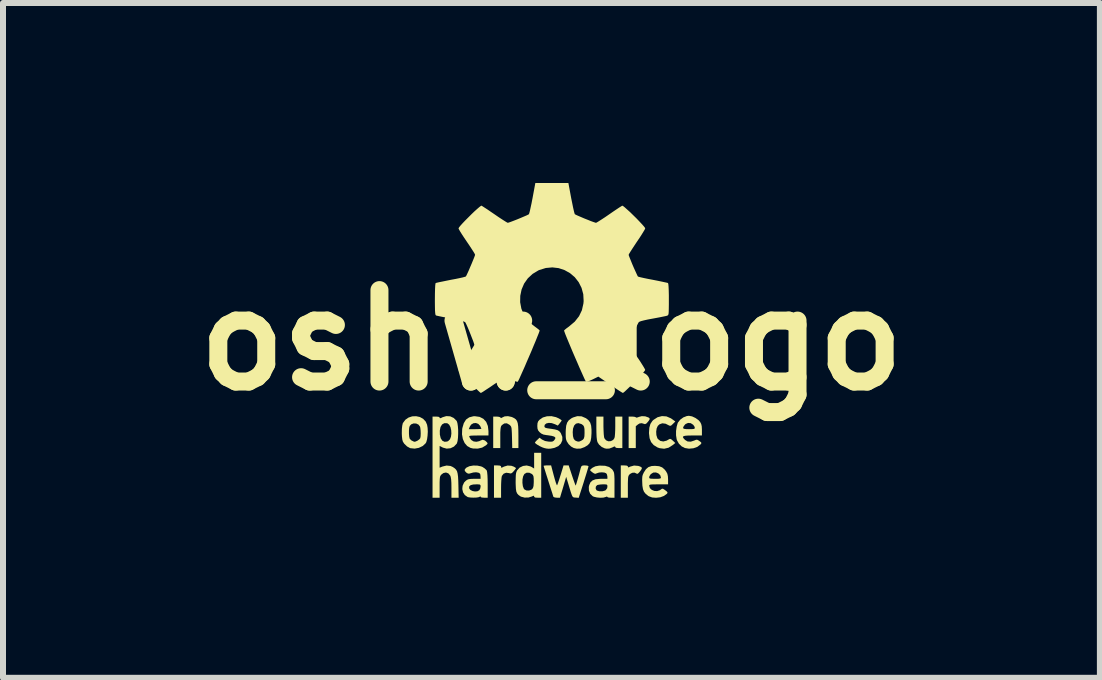
<source format=kicad_pcb>
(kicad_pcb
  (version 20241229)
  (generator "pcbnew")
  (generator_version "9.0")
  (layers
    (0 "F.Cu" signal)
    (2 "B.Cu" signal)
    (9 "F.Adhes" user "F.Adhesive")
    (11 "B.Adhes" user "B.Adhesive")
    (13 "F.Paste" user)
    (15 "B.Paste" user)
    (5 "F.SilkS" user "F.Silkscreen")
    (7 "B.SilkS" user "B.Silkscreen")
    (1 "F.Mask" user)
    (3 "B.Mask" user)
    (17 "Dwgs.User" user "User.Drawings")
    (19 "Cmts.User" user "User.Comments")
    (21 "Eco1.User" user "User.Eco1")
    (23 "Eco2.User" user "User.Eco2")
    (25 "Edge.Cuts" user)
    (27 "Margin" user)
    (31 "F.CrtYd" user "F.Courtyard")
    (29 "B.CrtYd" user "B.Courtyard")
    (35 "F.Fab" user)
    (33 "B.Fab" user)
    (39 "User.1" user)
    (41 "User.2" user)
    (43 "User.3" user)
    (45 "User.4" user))
  (footprint "oshw_logo"
    (layer "F.Cu")
    (at 6.14 2.619)
    (property "Reference" "oshw_logo" (at 0 0 0) (layer "F.SilkS") (effects (font (size 1.524 1.524) (thickness 0.3))))
    (attr board_only exclude_from_pos_files exclude_from_bom)
    (fp_poly (pts (xy 1.563 1.269) (xy 1.614 1.287) (xy 1.623 1.292) (xy 1.636 1.305) (xy 1.636 1.318) (xy 1.623 1.34) (xy 1.609 1.358) (xy 1.581 1.389) (xy 1.559 1.399) (xy 1.551 1.397) (xy 1.504 1.383) (xy 1.467 1.388) (xy 1.44 1.405) (xy 1.405 1.433) (xy 1.405 1.798) (xy 1.286 1.798) (xy 1.286 1.273) (xy 1.344 1.273) (xy 1.38 1.276) (xy 1.403 1.283) (xy 1.407 1.287) (xy 1.421 1.291) (xy 1.452 1.281) (xy 1.454 1.279) (xy 1.506 1.266)) (stroke (width 0) (type solid)) (fill yes) (layer "F.SilkS"))
    (fp_poly (pts (xy 1.253 2.09) (xy 1.271 2.098) (xy 1.273 2.107) (xy 1.276 2.119) (xy 1.288 2.118) (xy 1.312 2.107) (xy 1.376 2.089) (xy 1.446 2.095) (xy 1.468 2.102) (xy 1.497 2.115) (xy 1.507 2.133) (xy 1.496 2.158) (xy 1.471 2.192) (xy 1.445 2.22) (xy 1.428 2.228) (xy 1.416 2.222) (xy 1.384 2.207) (xy 1.345 2.21) (xy 1.308 2.23) (xy 1.302 2.236) (xy 1.29 2.25) (xy 1.282 2.266) (xy 1.277 2.291) (xy 1.275 2.327) (xy 1.273 2.381) (xy 1.273 2.446) (xy 1.273 2.625) (xy 1.155 2.625) (xy 1.155 2.087) (xy 1.214 2.087)) (stroke (width 0) (type solid)) (fill yes) (layer "F.SilkS"))
    (fp_poly (pts (xy -0.86 2.09) (xy -0.843 2.098) (xy -0.84 2.107) (xy -0.839 2.122) (xy -0.83 2.125) (xy -0.808 2.115) (xy -0.792 2.107) (xy -0.732 2.089) (xy -0.668 2.093) (xy -0.629 2.107) (xy -0.603 2.122) (xy -0.591 2.132) (xy -0.591 2.133) (xy -0.599 2.145) (xy -0.618 2.17) (xy -0.63 2.184) (xy -0.656 2.211) (xy -0.676 2.221) (xy -0.698 2.218) (xy -0.708 2.215) (xy -0.755 2.209) (xy -0.797 2.225) (xy -0.825 2.26) (xy -0.827 2.265) (xy -0.832 2.291) (xy -0.836 2.337) (xy -0.839 2.396) (xy -0.84 2.462) (xy -0.84 2.625) (xy -0.958 2.625) (xy -0.958 2.087) (xy -0.899 2.087)) (stroke (width 0) (type solid)) (fill yes) (layer "F.SilkS"))
    (fp_poly (pts (xy 0.866 1.437) (xy 0.868 1.506) (xy 0.871 1.567) (xy 0.876 1.611) (xy 0.881 1.633) (xy 0.909 1.668) (xy 0.948 1.685) (xy 0.99 1.682) (xy 1.028 1.662) (xy 1.049 1.632) (xy 1.055 1.606) (xy 1.059 1.56) (xy 1.062 1.5) (xy 1.063 1.437) (xy 1.063 1.273) (xy 1.181 1.273) (xy 1.181 1.798) (xy 1.122 1.798) (xy 1.082 1.795) (xy 1.065 1.786) (xy 1.063 1.78) (xy 1.058 1.771) (xy 1.041 1.774) (xy 1.015 1.787) (xy 0.964 1.806) (xy 0.916 1.808) (xy 0.886 1.802) (xy 0.837 1.779) (xy 0.792 1.739) (xy 0.766 1.698) (xy 0.758 1.665) (xy 0.752 1.613) (xy 0.749 1.538) (xy 0.748 1.464) (xy 0.748 1.273) (xy 0.866 1.273)) (stroke (width 0) (type solid)) (fill yes) (layer "F.SilkS"))
    (fp_poly (pts (xy -0.665 1.279) (xy -0.652 1.284) (xy -0.618 1.301) (xy -0.592 1.321) (xy -0.574 1.348) (xy -0.562 1.384) (xy -0.555 1.436) (xy -0.552 1.505) (xy -0.551 1.594) (xy -0.551 1.798) (xy -0.654 1.798) (xy -0.658 1.62) (xy -0.66 1.548) (xy -0.663 1.498) (xy -0.666 1.465) (xy -0.672 1.443) (xy -0.681 1.428) (xy -0.695 1.414) (xy -0.701 1.409) (xy -0.744 1.385) (xy -0.787 1.388) (xy -0.827 1.416) (xy -0.83 1.42) (xy -0.84 1.435) (xy -0.846 1.457) (xy -0.85 1.49) (xy -0.853 1.539) (xy -0.853 1.609) (xy -0.853 1.623) (xy -0.853 1.798) (xy -0.971 1.798) (xy -0.971 1.273) (xy -0.913 1.273) (xy -0.874 1.277) (xy -0.852 1.286) (xy -0.85 1.29) (xy -0.841 1.299) (xy -0.826 1.291) (xy -0.781 1.27) (xy -0.725 1.266)) (stroke (width 0) (type solid)) (fill yes) (layer "F.SilkS"))
    (fp_poly (pts (xy 1.916 1.27) (xy 1.99 1.302) (xy 2.009 1.315) (xy 2.064 1.355) (xy 2.023 1.396) (xy 1.996 1.421) (xy 1.977 1.428) (xy 1.96 1.421) (xy 1.959 1.421) (xy 1.902 1.392) (xy 1.847 1.385) (xy 1.8 1.402) (xy 1.772 1.428) (xy 1.753 1.469) (xy 1.745 1.524) (xy 1.748 1.581) (xy 1.763 1.629) (xy 1.772 1.645) (xy 1.813 1.678) (xy 1.863 1.688) (xy 1.919 1.674) (xy 1.959 1.651) (xy 1.976 1.644) (xy 1.995 1.651) (xy 2.022 1.674) (xy 2.063 1.713) (xy 2.019 1.749) (xy 1.951 1.792) (xy 1.878 1.809) (xy 1.803 1.8) (xy 1.766 1.787) (xy 1.703 1.748) (xy 1.66 1.698) (xy 1.635 1.634) (xy 1.625 1.551) (xy 1.625 1.54) (xy 1.631 1.458) (xy 1.649 1.395) (xy 1.682 1.345) (xy 1.7 1.328) (xy 1.768 1.284) (xy 1.841 1.265)) (stroke (width 0) (type solid)) (fill yes) (layer "F.SilkS"))
    (fp_poly (pts (xy -2.194 1.28) (xy -2.139 1.31) (xy -2.096 1.356) (xy -2.073 1.409) (xy -2.064 1.462) (xy -2.061 1.525) (xy -2.065 1.591) (xy -2.073 1.651) (xy -2.086 1.698) (xy -2.096 1.717) (xy -2.145 1.763) (xy -2.21 1.794) (xy -2.28 1.807) (xy -2.349 1.8) (xy -2.355 1.799) (xy -2.406 1.771) (xy -2.453 1.726) (xy -2.476 1.691) (xy -2.486 1.656) (xy -2.492 1.603) (xy -2.494 1.56) (xy -2.375 1.56) (xy -2.371 1.608) (xy -2.363 1.641) (xy -2.362 1.642) (xy -2.336 1.669) (xy -2.299 1.688) (xy -2.28 1.693) (xy -2.262 1.688) (xy -2.233 1.675) (xy -2.232 1.674) (xy -2.204 1.654) (xy -2.187 1.634) (xy -2.181 1.602) (xy -2.179 1.555) (xy -2.181 1.504) (xy -2.186 1.46) (xy -2.191 1.44) (xy -2.216 1.407) (xy -2.254 1.389) (xy -2.297 1.387) (xy -2.337 1.402) (xy -2.362 1.429) (xy -2.371 1.46) (xy -2.375 1.507) (xy -2.375 1.56) (xy -2.494 1.56) (xy -2.494 1.542) (xy -2.493 1.479) (xy -2.487 1.425) (xy -2.478 1.386) (xy -2.476 1.381) (xy -2.435 1.326) (xy -2.381 1.289) (xy -2.32 1.269) (xy -2.255 1.267)) (stroke (width 0) (type solid)) (fill yes) (layer "F.SilkS"))
    (fp_poly (pts (xy -0.171 2.625) (xy -0.23 2.625) (xy -0.268 2.623) (xy -0.286 2.614) (xy -0.289 2.605) (xy -0.291 2.593) (xy -0.304 2.594) (xy -0.328 2.605) (xy -0.384 2.622) (xy -0.448 2.623) (xy -0.506 2.608) (xy -0.521 2.6) (xy -0.551 2.578) (xy -0.572 2.554) (xy -0.586 2.522) (xy -0.593 2.476) (xy -0.596 2.413) (xy -0.597 2.378) (xy -0.484 2.378) (xy -0.477 2.433) (xy -0.461 2.475) (xy -0.451 2.487) (xy -0.418 2.504) (xy -0.375 2.506) (xy -0.336 2.492) (xy -0.32 2.48) (xy -0.307 2.458) (xy -0.299 2.429) (xy -0.296 2.383) (xy -0.295 2.354) (xy -0.296 2.302) (xy -0.3 2.269) (xy -0.309 2.248) (xy -0.324 2.232) (xy -0.326 2.23) (xy -0.369 2.209) (xy -0.413 2.208) (xy -0.449 2.228) (xy -0.452 2.231) (xy -0.472 2.268) (xy -0.483 2.32) (xy -0.484 2.378) (xy -0.597 2.378) (xy -0.597 2.363) (xy -0.596 2.294) (xy -0.594 2.245) (xy -0.589 2.211) (xy -0.58 2.185) (xy -0.572 2.169) (xy -0.53 2.123) (xy -0.474 2.096) (xy -0.413 2.088) (xy -0.352 2.103) (xy -0.331 2.113) (xy -0.289 2.139) (xy -0.289 1.877) (xy -0.171 1.877)) (stroke (width 0) (type solid)) (fill yes) (layer "F.SilkS"))
    (fp_poly (pts (xy 0.502 1.269) (xy 0.572 1.299) (xy 0.58 1.304) (xy 0.619 1.336) (xy 0.646 1.375) (xy 0.661 1.425) (xy 0.667 1.492) (xy 0.667 1.551) (xy 0.662 1.626) (xy 0.652 1.681) (xy 0.632 1.721) (xy 0.601 1.752) (xy 0.556 1.779) (xy 0.551 1.782) (xy 0.486 1.806) (xy 0.421 1.808) (xy 0.372 1.797) (xy 0.328 1.773) (xy 0.286 1.733) (xy 0.254 1.684) (xy 0.242 1.648) (xy 0.238 1.612) (xy 0.237 1.561) (xy 0.237 1.533) (xy 0.354 1.533) (xy 0.358 1.598) (xy 0.37 1.642) (xy 0.391 1.669) (xy 0.411 1.68) (xy 0.441 1.69) (xy 0.464 1.689) (xy 0.493 1.677) (xy 0.498 1.674) (xy 0.525 1.657) (xy 0.541 1.635) (xy 0.549 1.601) (xy 0.551 1.55) (xy 0.551 1.536) (xy 0.55 1.48) (xy 0.543 1.443) (xy 0.529 1.419) (xy 0.505 1.401) (xy 0.497 1.397) (xy 0.448 1.382) (xy 0.408 1.391) (xy 0.378 1.422) (xy 0.359 1.474) (xy 0.354 1.533) (xy 0.237 1.533) (xy 0.238 1.504) (xy 0.238 1.498) (xy 0.245 1.426) (xy 0.261 1.374) (xy 0.288 1.335) (xy 0.332 1.302) (xy 0.359 1.288) (xy 0.43 1.266)) (stroke (width 0) (type solid)) (fill yes) (layer "F.SilkS"))
    (fp_poly (pts (xy -1.198 1.278) (xy -1.135 1.31) (xy -1.088 1.361) (xy -1.06 1.43) (xy -1.05 1.514) (xy -1.05 1.588) (xy -1.214 1.588) (xy -1.282 1.589) (xy -1.327 1.59) (xy -1.355 1.593) (xy -1.368 1.597) (xy -1.371 1.605) (xy -1.369 1.611) (xy -1.355 1.638) (xy -1.335 1.664) (xy -1.298 1.687) (xy -1.251 1.693) (xy -1.204 1.683) (xy -1.184 1.673) (xy -1.146 1.659) (xy -1.108 1.672) (xy -1.082 1.695) (xy -1.066 1.714) (xy -1.067 1.728) (xy -1.086 1.747) (xy -1.093 1.753) (xy -1.155 1.79) (xy -1.228 1.807) (xy -1.307 1.805) (xy -1.349 1.795) (xy -1.404 1.764) (xy -1.447 1.714) (xy -1.477 1.647) (xy -1.491 1.569) (xy -1.488 1.484) (xy -1.488 1.483) (xy -1.378 1.483) (xy -1.273 1.483) (xy -1.225 1.482) (xy -1.188 1.48) (xy -1.169 1.477) (xy -1.168 1.476) (xy -1.174 1.461) (xy -1.187 1.433) (xy -1.188 1.43) (xy -1.219 1.395) (xy -1.259 1.38) (xy -1.301 1.384) (xy -1.339 1.407) (xy -1.361 1.441) (xy -1.378 1.483) (xy -1.488 1.483) (xy -1.485 1.464) (xy -1.461 1.383) (xy -1.424 1.323) (xy -1.371 1.286) (xy -1.303 1.268) (xy -1.276 1.267)) (stroke (width 0) (type solid)) (fill yes) (layer "F.SilkS"))
    (fp_poly (pts (xy 2.343 1.27) (xy 2.399 1.296) (xy 2.45 1.332) (xy 2.478 1.364) (xy 2.495 1.397) (xy 2.504 1.434) (xy 2.507 1.487) (xy 2.507 1.498) (xy 2.507 1.588) (xy 2.35 1.588) (xy 2.276 1.589) (xy 2.226 1.593) (xy 2.198 1.601) (xy 2.19 1.614) (xy 2.199 1.633) (xy 2.224 1.66) (xy 2.224 1.661) (xy 2.268 1.688) (xy 2.322 1.691) (xy 2.38 1.672) (xy 2.411 1.659) (xy 2.432 1.66) (xy 2.458 1.675) (xy 2.466 1.681) (xy 2.492 1.701) (xy 2.499 1.715) (xy 2.489 1.731) (xy 2.484 1.737) (xy 2.432 1.777) (xy 2.366 1.801) (xy 2.291 1.808) (xy 2.223 1.797) (xy 2.17 1.77) (xy 2.124 1.725) (xy 2.092 1.669) (xy 2.086 1.65) (xy 2.076 1.586) (xy 2.076 1.513) (xy 2.083 1.465) (xy 2.193 1.465) (xy 2.208 1.477) (xy 2.245 1.482) (xy 2.291 1.483) (xy 2.342 1.482) (xy 2.372 1.479) (xy 2.386 1.472) (xy 2.389 1.461) (xy 2.381 1.436) (xy 2.361 1.409) (xy 2.321 1.383) (xy 2.276 1.379) (xy 2.235 1.397) (xy 2.219 1.413) (xy 2.197 1.445) (xy 2.193 1.465) (xy 2.083 1.465) (xy 2.086 1.442) (xy 2.103 1.382) (xy 2.108 1.372) (xy 2.145 1.325) (xy 2.197 1.287) (xy 2.256 1.264) (xy 2.29 1.26)) (stroke (width 0) (type solid)) (fill yes) (layer "F.SilkS"))
    (fp_poly (pts (xy 1.794 2.1) (xy 1.845 2.12) (xy 1.889 2.159) (xy 1.913 2.192) (xy 1.931 2.226) (xy 1.94 2.267) (xy 1.943 2.319) (xy 1.943 2.402) (xy 1.785 2.402) (xy 1.718 2.403) (xy 1.674 2.404) (xy 1.646 2.407) (xy 1.633 2.413) (xy 1.628 2.421) (xy 1.628 2.425) (xy 1.64 2.465) (xy 1.671 2.494) (xy 1.713 2.512) (xy 1.76 2.515) (xy 1.805 2.501) (xy 1.826 2.486) (xy 1.842 2.475) (xy 1.859 2.476) (xy 1.884 2.492) (xy 1.896 2.501) (xy 1.925 2.524) (xy 1.934 2.539) (xy 1.929 2.553) (xy 1.922 2.561) (xy 1.875 2.595) (xy 1.813 2.618) (xy 1.744 2.626) (xy 1.677 2.621) (xy 1.621 2.6) (xy 1.614 2.596) (xy 1.571 2.562) (xy 1.542 2.526) (xy 1.525 2.483) (xy 1.515 2.424) (xy 1.513 2.379) (xy 1.511 2.32) (xy 1.513 2.287) (xy 1.628 2.287) (xy 1.631 2.299) (xy 1.644 2.306) (xy 1.673 2.309) (xy 1.723 2.31) (xy 1.726 2.31) (xy 1.777 2.31) (xy 1.807 2.306) (xy 1.821 2.3) (xy 1.824 2.288) (xy 1.824 2.287) (xy 1.812 2.249) (xy 1.781 2.22) (xy 1.741 2.204) (xy 1.698 2.206) (xy 1.695 2.207) (xy 1.655 2.232) (xy 1.632 2.267) (xy 1.628 2.287) (xy 1.513 2.287) (xy 1.513 2.278) (xy 1.52 2.246) (xy 1.534 2.215) (xy 1.538 2.206) (xy 1.575 2.149) (xy 1.616 2.115) (xy 1.67 2.097) (xy 1.726 2.094)) (stroke (width 0) (type solid)) (fill yes) (layer "F.SilkS"))
    (fp_poly (pts (xy 0.076 1.283) (xy 0.121 1.303) (xy 0.151 1.321) (xy 0.169 1.335) (xy 0.17 1.338) (xy 0.162 1.352) (xy 0.143 1.377) (xy 0.138 1.384) (xy 0.106 1.423) (xy 0.059 1.401) (xy 0.005 1.382) (xy -0.044 1.378) (xy -0.085 1.387) (xy -0.111 1.408) (xy -0.118 1.432) (xy -0.115 1.448) (xy -0.102 1.459) (xy -0.075 1.467) (xy -0.029 1.474) (xy -0.005 1.477) (xy 0.057 1.487) (xy 0.1 1.499) (xy 0.129 1.516) (xy 0.151 1.542) (xy 0.157 1.552) (xy 0.181 1.612) (xy 0.18 1.67) (xy 0.157 1.722) (xy 0.115 1.765) (xy 0.054 1.793) (xy 0.038 1.797) (xy -0.012 1.807) (xy -0.049 1.809) (xy -0.087 1.805) (xy -0.121 1.797) (xy -0.155 1.785) (xy -0.195 1.766) (xy -0.233 1.744) (xy -0.262 1.724) (xy -0.276 1.708) (xy -0.276 1.707) (xy -0.267 1.693) (xy -0.246 1.67) (xy -0.237 1.662) (xy -0.199 1.625) (xy -0.159 1.655) (xy -0.107 1.68) (xy -0.05 1.69) (xy -0.006 1.692) (xy 0.022 1.687) (xy 0.042 1.672) (xy 0.044 1.669) (xy 0.063 1.642) (xy 0.064 1.622) (xy 0.044 1.606) (xy 0.003 1.594) (xy -0.063 1.584) (xy -0.082 1.582) (xy -0.133 1.573) (xy -0.168 1.557) (xy -0.197 1.534) (xy -0.222 1.504) (xy -0.233 1.473) (xy -0.236 1.429) (xy -0.236 1.429) (xy -0.233 1.384) (xy -0.222 1.353) (xy -0.199 1.326) (xy -0.144 1.288) (xy -0.075 1.268) (xy 0.000457 1.266)) (stroke (width 0) (type solid)) (fill yes) (layer "F.SilkS"))
    (fp_poly (pts (xy 0.039 2.258) (xy 0.056 2.319) (xy 0.071 2.369) (xy 0.084 2.404) (xy 0.092 2.419) (xy 0.093 2.419) (xy 0.1 2.403) (xy 0.113 2.367) (xy 0.13 2.317) (xy 0.149 2.256) (xy 0.152 2.248) (xy 0.201 2.087) (xy 0.287 2.087) (xy 0.343 2.257) (xy 0.364 2.319) (xy 0.382 2.37) (xy 0.395 2.405) (xy 0.403 2.422) (xy 0.404 2.423) (xy 0.409 2.409) (xy 0.42 2.374) (xy 0.437 2.316) (xy 0.46 2.234) (xy 0.486 2.136) (xy 0.496 2.106) (xy 0.51 2.092) (xy 0.537 2.087) (xy 0.558 2.087) (xy 0.595 2.09) (xy 0.615 2.098) (xy 0.617 2.102) (xy 0.613 2.118) (xy 0.602 2.156) (xy 0.586 2.21) (xy 0.565 2.277) (xy 0.541 2.354) (xy 0.536 2.371) (xy 0.454 2.627) (xy 0.402 2.623) (xy 0.383 2.622) (xy 0.368 2.619) (xy 0.357 2.612) (xy 0.346 2.597) (xy 0.335 2.57) (xy 0.321 2.529) (xy 0.303 2.469) (xy 0.281 2.396) (xy 0.245 2.277) (xy 0.22 2.363) (xy 0.202 2.424) (xy 0.182 2.492) (xy 0.168 2.537) (xy 0.142 2.625) (xy 0.09 2.625) (xy 0.055 2.621) (xy 0.034 2.612) (xy 0.032 2.609) (xy 0.025 2.589) (xy 0.013 2.549) (xy -0.005 2.495) (xy -0.025 2.432) (xy -0.047 2.363) (xy -0.069 2.293) (xy -0.09 2.228) (xy -0.108 2.17) (xy -0.122 2.126) (xy -0.13 2.099) (xy -0.131 2.093) (xy -0.119 2.09) (xy -0.09 2.087) (xy -0.069 2.087) (xy -0.006 2.087)) (stroke (width 0) (type solid)) (fill yes) (layer "F.SilkS"))
    (fp_poly (pts (xy -1.237 2.09) (xy -1.174 2.103) (xy -1.151 2.112) (xy -1.114 2.136) (xy -1.085 2.163) (xy -1.078 2.173) (xy -1.072 2.201) (xy -1.067 2.253) (xy -1.064 2.324) (xy -1.063 2.413) (xy -1.063 2.416) (xy -1.063 2.625) (xy -1.122 2.625) (xy -1.162 2.622) (xy -1.181 2.613) (xy -1.181 2.61) (xy -1.185 2.6) (xy -1.197 2.61) (xy -1.219 2.618) (xy -1.257 2.623) (xy -1.304 2.624) (xy -1.351 2.622) (xy -1.389 2.616) (xy -1.398 2.613) (xy -1.444 2.581) (xy -1.474 2.535) (xy -1.486 2.481) (xy -1.483 2.445) (xy -1.373 2.445) (xy -1.37 2.474) (xy -1.349 2.497) (xy -1.314 2.514) (xy -1.274 2.521) (xy -1.235 2.518) (xy -1.203 2.501) (xy -1.202 2.5) (xy -1.187 2.472) (xy -1.181 2.441) (xy -1.183 2.417) (xy -1.193 2.406) (xy -1.217 2.403) (xy -1.244 2.402) (xy -1.305 2.405) (xy -1.345 2.415) (xy -1.367 2.432) (xy -1.373 2.445) (xy -1.483 2.445) (xy -1.48 2.424) (xy -1.456 2.372) (xy -1.429 2.344) (xy -1.406 2.327) (xy -1.381 2.317) (xy -1.348 2.312) (xy -1.297 2.31) (xy -1.285 2.31) (xy -1.181 2.31) (xy -1.182 2.274) (xy -1.185 2.242) (xy -1.191 2.224) (xy -1.216 2.208) (xy -1.257 2.201) (xy -1.304 2.205) (xy -1.332 2.213) (xy -1.368 2.223) (xy -1.391 2.223) (xy -1.414 2.21) (xy -1.418 2.207) (xy -1.444 2.18) (xy -1.446 2.156) (xy -1.424 2.129) (xy -1.414 2.122) (xy -1.367 2.1) (xy -1.304 2.089)) (stroke (width 0) (type solid)) (fill yes) (layer "F.SilkS"))
    (fp_poly (pts (xy 0.894 2.093) (xy 0.961 2.113) (xy 1.01 2.151) (xy 1.02 2.165) (xy 1.031 2.183) (xy 1.04 2.202) (xy 1.045 2.227) (xy 1.048 2.263) (xy 1.05 2.313) (xy 1.05 2.383) (xy 1.05 2.417) (xy 1.05 2.625) (xy 0.991 2.625) (xy 0.956 2.623) (xy 0.935 2.616) (xy 0.932 2.612) (xy 0.924 2.605) (xy 0.907 2.612) (xy 0.867 2.623) (xy 0.814 2.626) (xy 0.757 2.621) (xy 0.707 2.609) (xy 0.687 2.6) (xy 0.646 2.561) (xy 0.624 2.507) (xy 0.623 2.471) (xy 0.736 2.471) (xy 0.749 2.499) (xy 0.758 2.506) (xy 0.798 2.518) (xy 0.848 2.518) (xy 0.892 2.506) (xy 0.903 2.5) (xy 0.928 2.467) (xy 0.932 2.441) (xy 0.931 2.419) (xy 0.923 2.407) (xy 0.902 2.403) (xy 0.861 2.402) (xy 0.859 2.402) (xy 0.813 2.405) (xy 0.775 2.411) (xy 0.76 2.416) (xy 0.74 2.439) (xy 0.736 2.471) (xy 0.623 2.471) (xy 0.622 2.445) (xy 0.629 2.415) (xy 0.65 2.368) (xy 0.684 2.337) (xy 0.733 2.318) (xy 0.803 2.311) (xy 0.83 2.31) (xy 0.932 2.31) (xy 0.932 2.273) (xy 0.925 2.239) (xy 0.912 2.218) (xy 0.882 2.206) (xy 0.838 2.202) (xy 0.792 2.206) (xy 0.755 2.218) (xy 0.732 2.227) (xy 0.71 2.221) (xy 0.684 2.204) (xy 0.658 2.183) (xy 0.644 2.167) (xy 0.643 2.164) (xy 0.653 2.151) (xy 0.677 2.131) (xy 0.685 2.125) (xy 0.731 2.102) (xy 0.791 2.091) (xy 0.807 2.09)) (stroke (width 0) (type solid)) (fill yes) (layer "F.SilkS"))
    (fp_poly (pts (xy -1.688 1.269) (xy -1.629 1.296) (xy -1.582 1.343) (xy -1.579 1.347) (xy -1.568 1.38) (xy -1.56 1.431) (xy -1.555 1.494) (xy -1.555 1.562) (xy -1.558 1.626) (xy -1.565 1.681) (xy -1.576 1.719) (xy -1.579 1.724) (xy -1.625 1.773) (xy -1.683 1.801) (xy -1.747 1.807) (xy -1.81 1.79) (xy -1.815 1.787) (xy -1.864 1.762) (xy -1.864 2.125) (xy -1.818 2.106) (xy -1.748 2.089) (xy -1.683 2.096) (xy -1.645 2.113) (xy -1.614 2.134) (xy -1.591 2.156) (xy -1.574 2.184) (xy -1.564 2.222) (xy -1.557 2.274) (xy -1.553 2.345) (xy -1.551 2.418) (xy -1.547 2.625) (xy -1.667 2.625) (xy -1.667 2.461) (xy -1.668 2.379) (xy -1.672 2.32) (xy -1.679 2.28) (xy -1.686 2.259) (xy -1.718 2.22) (xy -1.758 2.205) (xy -1.8 2.214) (xy -1.832 2.237) (xy -1.845 2.252) (xy -1.854 2.267) (xy -1.859 2.288) (xy -1.862 2.321) (xy -1.864 2.369) (xy -1.864 2.438) (xy -1.864 2.448) (xy -1.864 2.625) (xy -1.982 2.625) (xy -1.982 1.506) (xy -1.861 1.506) (xy -1.86 1.574) (xy -1.846 1.634) (xy -1.819 1.675) (xy -1.782 1.693) (xy -1.738 1.689) (xy -1.72 1.68) (xy -1.692 1.652) (xy -1.675 1.609) (xy -1.668 1.556) (xy -1.671 1.5) (xy -1.683 1.449) (xy -1.705 1.408) (xy -1.735 1.385) (xy -1.739 1.384) (xy -1.786 1.383) (xy -1.823 1.404) (xy -1.849 1.446) (xy -1.861 1.506) (xy -1.982 1.506) (xy -1.982 1.273) (xy -1.923 1.273) (xy -1.883 1.276) (xy -1.865 1.286) (xy -1.864 1.292) (xy -1.859 1.301) (xy -1.841 1.297) (xy -1.815 1.284) (xy -1.752 1.265)) (stroke (width 0) (type solid)) (fill yes) (layer "F.SilkS"))
    (fp_poly (pts (xy 0.329 -2.365) (xy 0.345 -2.287) (xy 0.359 -2.217) (xy 0.372 -2.159) (xy 0.382 -2.119) (xy 0.389 -2.1) (xy 0.389 -2.1) (xy 0.406 -2.09) (xy 0.441 -2.074) (xy 0.49 -2.053) (xy 0.546 -2.029) (xy 0.604 -2.006) (xy 0.658 -1.984) (xy 0.703 -1.968) (xy 0.733 -1.958) (xy 0.742 -1.956) (xy 0.757 -1.963) (xy 0.79 -1.983) (xy 0.837 -2.013) (xy 0.895 -2.051) (xy 0.959 -2.095) (xy 0.959 -2.095) (xy 1.024 -2.14) (xy 1.082 -2.179) (xy 1.13 -2.211) (xy 1.164 -2.232) (xy 1.179 -2.242) (xy 1.194 -2.235) (xy 1.223 -2.212) (xy 1.262 -2.177) (xy 1.31 -2.134) (xy 1.361 -2.084) (xy 1.413 -2.033) (xy 1.462 -1.982) (xy 1.505 -1.936) (xy 1.538 -1.899) (xy 1.558 -1.873) (xy 1.562 -1.863) (xy 1.555 -1.846) (xy 1.535 -1.812) (xy 1.505 -1.763) (xy 1.467 -1.704) (xy 1.424 -1.641) (xy 1.381 -1.576) (xy 1.343 -1.518) (xy 1.313 -1.471) (xy 1.293 -1.438) (xy 1.286 -1.422) (xy 1.291 -1.405) (xy 1.305 -1.369) (xy 1.325 -1.32) (xy 1.348 -1.263) (xy 1.373 -1.205) (xy 1.398 -1.15) (xy 1.419 -1.104) (xy 1.434 -1.072) (xy 1.441 -1.061) (xy 1.457 -1.055) (xy 1.494 -1.046) (xy 1.548 -1.034) (xy 1.616 -1.02) (xy 1.69 -1.006) (xy 1.766 -0.991) (xy 1.834 -0.977) (xy 1.889 -0.965) (xy 1.927 -0.957) (xy 1.942 -0.952) (xy 1.947 -0.936) (xy 1.951 -0.895) (xy 1.954 -0.831) (xy 1.956 -0.747) (xy 1.956 -0.681) (xy 1.956 -0.592) (xy 1.955 -0.526) (xy 1.954 -0.479) (xy 1.952 -0.447) (xy 1.948 -0.428) (xy 1.942 -0.417) (xy 1.933 -0.411) (xy 1.926 -0.408) (xy 1.904 -0.402) (xy 1.86 -0.393) (xy 1.801 -0.381) (xy 1.732 -0.368) (xy 1.689 -0.36) (xy 1.608 -0.345) (xy 1.54 -0.33) (xy 1.49 -0.317) (xy 1.461 -0.305) (xy 1.457 -0.303) (xy 1.445 -0.284) (xy 1.426 -0.247) (xy 1.403 -0.196) (xy 1.378 -0.137) (xy 1.353 -0.076) (xy 1.33 -0.018) (xy 1.312 0.031) (xy 1.301 0.065) (xy 1.299 0.076) (xy 1.307 0.093) (xy 1.327 0.126) (xy 1.357 0.174) (xy 1.395 0.231) (xy 1.431 0.284) (xy 1.474 0.347) (xy 1.51 0.404) (xy 1.539 0.451) (xy 1.557 0.483) (xy 1.562 0.497) (xy 1.553 0.511) (xy 1.529 0.541) (xy 1.493 0.581) (xy 1.448 0.629) (xy 1.399 0.681) (xy 1.347 0.733) (xy 1.298 0.783) (xy 1.254 0.825) (xy 1.219 0.858) (xy 1.196 0.876) (xy 1.19 0.879) (xy 1.176 0.872) (xy 1.145 0.853) (xy 1.099 0.823) (xy 1.042 0.785) (xy 0.98 0.743) (xy 0.781 0.607) (xy 0.688 0.653) (xy 0.641 0.674) (xy 0.603 0.689) (xy 0.579 0.693) (xy 0.576 0.693) (xy 0.568 0.68) (xy 0.551 0.646) (xy 0.528 0.595) (xy 0.499 0.53) (xy 0.465 0.454) (xy 0.429 0.37) (xy 0.391 0.283) (xy 0.353 0.195) (xy 0.317 0.109) (xy 0.284 0.03) (xy 0.255 -0.04) (xy 0.232 -0.097) (xy 0.217 -0.138) (xy 0.21 -0.159) (xy 0.21 -0.161) (xy 0.22 -0.172) (xy 0.246 -0.194) (xy 0.284 -0.222) (xy 0.292 -0.228) (xy 0.388 -0.309) (xy 0.459 -0.399) (xy 0.507 -0.499) (xy 0.532 -0.61) (xy 0.536 -0.652) (xy 0.53 -0.766) (xy 0.501 -0.872) (xy 0.453 -0.967) (xy 0.388 -1.05) (xy 0.309 -1.117) (xy 0.218 -1.168) (xy 0.119 -1.201) (xy 0.014 -1.213) (xy -0.095 -1.203) (xy -0.204 -1.169) (xy -0.216 -1.164) (xy -0.314 -1.105) (xy -0.394 -1.031) (xy -0.456 -0.943) (xy -0.498 -0.845) (xy -0.52 -0.74) (xy -0.522 -0.633) (xy -0.502 -0.526) (xy -0.46 -0.423) (xy -0.405 -0.341) (xy -0.372 -0.305) (xy -0.326 -0.265) (xy -0.279 -0.228) (xy -0.24 -0.199) (xy -0.211 -0.176) (xy -0.197 -0.162) (xy -0.197 -0.161) (xy -0.202 -0.144) (xy -0.216 -0.106) (xy -0.238 -0.052) (xy -0.265 0.016) (xy -0.298 0.094) (xy -0.333 0.179) (xy -0.371 0.267) (xy -0.409 0.354) (xy -0.445 0.439) (xy -0.48 0.517) (xy -0.51 0.584) (xy -0.534 0.638) (xy -0.552 0.675) (xy -0.562 0.692) (xy -0.563 0.693) (xy -0.582 0.691) (xy -0.618 0.678) (xy -0.663 0.659) (xy -0.674 0.653) (xy -0.768 0.607) (xy -0.967 0.743) (xy -1.031 0.787) (xy -1.088 0.824) (xy -1.133 0.854) (xy -1.164 0.873) (xy -1.177 0.879) (xy -1.19 0.871) (xy -1.217 0.846) (xy -1.257 0.808) (xy -1.307 0.76) (xy -1.362 0.705) (xy -1.369 0.699) (xy -1.425 0.642) (xy -1.473 0.59) (xy -1.512 0.546) (xy -1.538 0.514) (xy -1.549 0.497) (xy -1.549 0.496) (xy -1.542 0.479) (xy -1.522 0.444) (xy -1.492 0.395) (xy -1.454 0.337) (xy -1.418 0.284) (xy -1.375 0.221) (xy -1.338 0.165) (xy -1.31 0.12) (xy -1.291 0.089) (xy -1.286 0.076) (xy -1.291 0.056) (xy -1.304 0.017) (xy -1.324 -0.034) (xy -1.347 -0.093) (xy -1.371 -0.154) (xy -1.395 -0.211) (xy -1.416 -0.258) (xy -1.432 -0.29) (xy -1.439 -0.301) (xy -1.457 -0.309) (xy -1.497 -0.321) (xy -1.554 -0.336) (xy -1.624 -0.351) (xy -1.679 -0.361) (xy -1.753 -0.376) (xy -1.82 -0.389) (xy -1.873 -0.4) (xy -1.909 -0.408) (xy -1.922 -0.411) (xy -1.929 -0.417) (xy -1.935 -0.431) (xy -1.938 -0.456) (xy -1.941 -0.495) (xy -1.942 -0.553) (xy -1.943 -0.631) (xy -1.943 -0.681) (xy -1.942 -0.779) (xy -1.94 -0.856) (xy -1.937 -0.912) (xy -1.933 -0.944) (xy -1.929 -0.952) (xy -1.913 -0.957) (xy -1.874 -0.966) (xy -1.819 -0.977) (xy -1.751 -0.991) (xy -1.677 -1.006) (xy -1.601 -1.02) (xy -1.533 -1.034) (xy -1.479 -1.046) (xy -1.443 -1.056) (xy -1.428 -1.061) (xy -1.418 -1.077) (xy -1.401 -1.113) (xy -1.379 -1.161) (xy -1.355 -1.218) (xy -1.33 -1.276) (xy -1.307 -1.332) (xy -1.288 -1.379) (xy -1.276 -1.412) (xy -1.273 -1.424) (xy -1.28 -1.44) (xy -1.3 -1.474) (xy -1.331 -1.522) (xy -1.369 -1.58) (xy -1.411 -1.642) (xy -1.455 -1.707) (xy -1.493 -1.765) (xy -1.523 -1.813) (xy -1.542 -1.847) (xy -1.549 -1.863) (xy -1.54 -1.88) (xy -1.516 -1.91) (xy -1.479 -1.951) (xy -1.434 -1.998) (xy -1.383 -2.049) (xy -1.331 -2.101) (xy -1.281 -2.149) (xy -1.235 -2.19) (xy -1.199 -2.221) (xy -1.174 -2.239) (xy -1.166 -2.242) (xy -1.15 -2.232) (xy -1.116 -2.21) (xy -1.068 -2.179) (xy -1.01 -2.139) (xy -0.945 -2.095) (xy -0.881 -2.051) (xy -0.823 -2.013) (xy -0.776 -1.983) (xy -0.743 -1.963) (xy -0.728 -1.956) (xy -0.728 -1.956) (xy -0.71 -1.961) (xy -0.673 -1.974) (xy -0.623 -1.993) (xy -0.567 -2.015) (xy -0.509 -2.039) (xy -0.455 -2.062) (xy -0.411 -2.081) (xy -0.383 -2.095) (xy -0.376 -2.1) (xy -0.37 -2.116) (xy -0.36 -2.154) (xy -0.348 -2.209) (xy -0.333 -2.278) (xy -0.318 -2.356) (xy -0.316 -2.365) (xy -0.269 -2.619) (xy 0.282 -2.619)) (stroke (width 0) (type solid)) (fill yes) (layer "F.SilkS")))
  (gr_rect
    (start -3 -3)
    (end 15.279 8.245)
    (stroke (width 0.1) (type default))
    (fill no)
    (layer "Edge.Cuts")))
</source>
